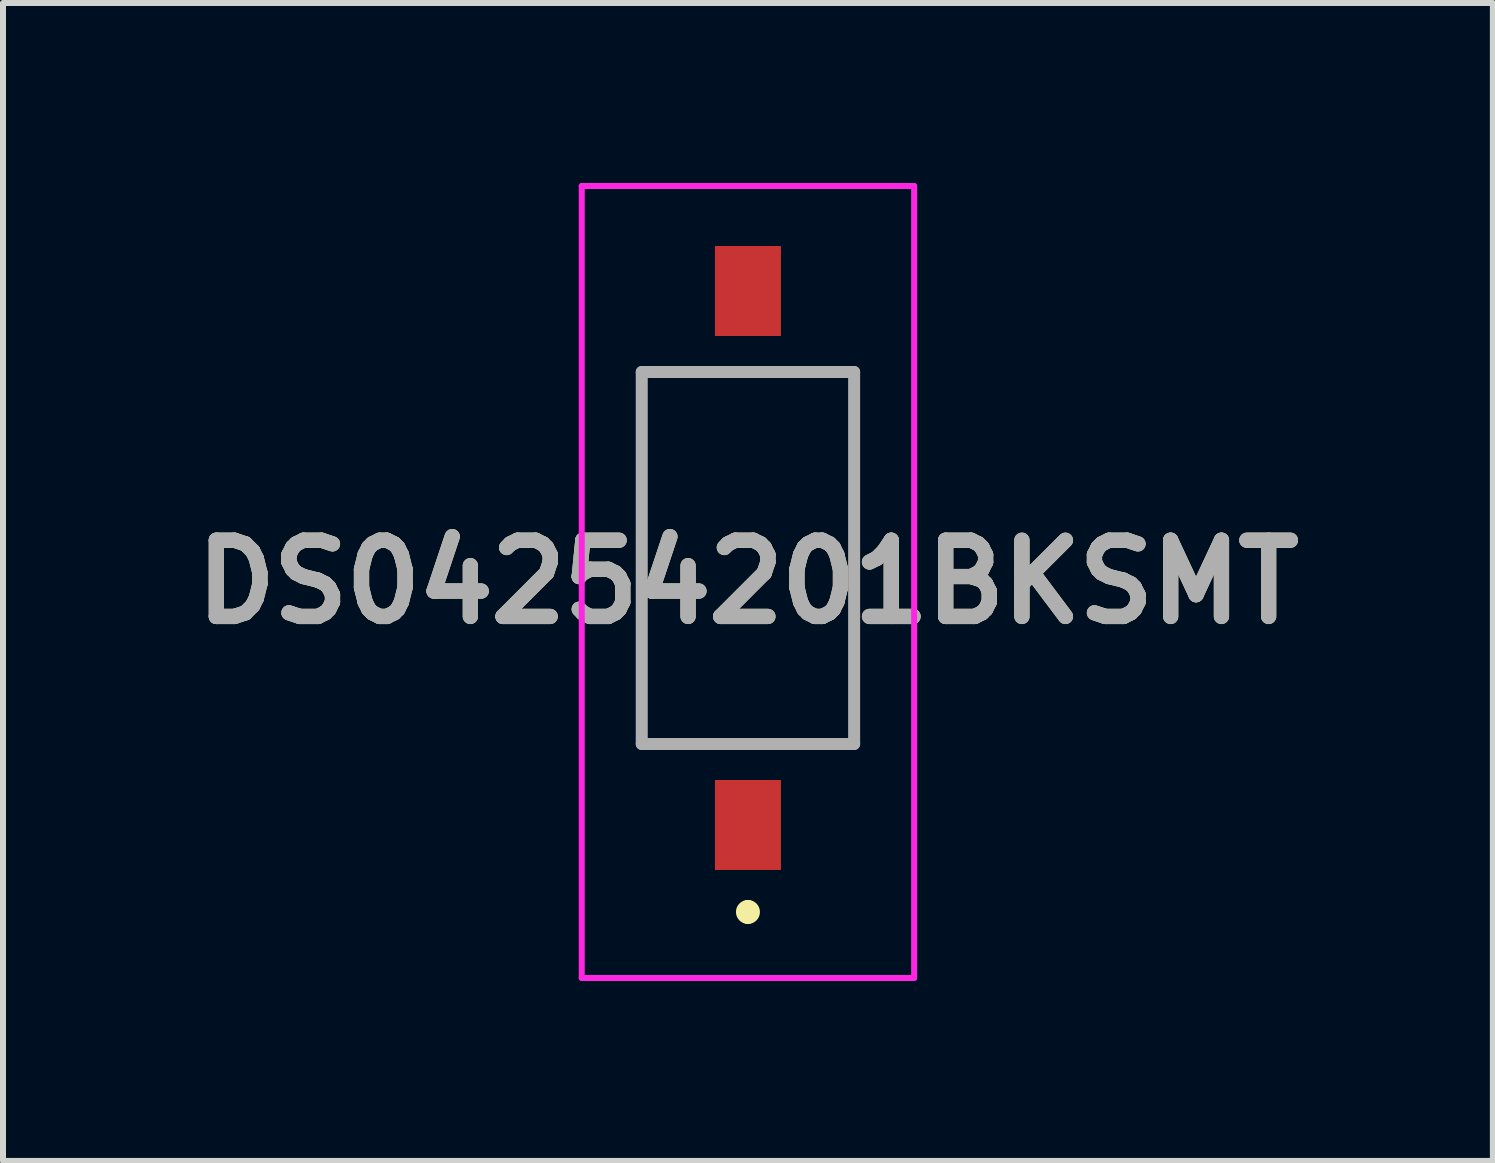
<source format=kicad_pcb>
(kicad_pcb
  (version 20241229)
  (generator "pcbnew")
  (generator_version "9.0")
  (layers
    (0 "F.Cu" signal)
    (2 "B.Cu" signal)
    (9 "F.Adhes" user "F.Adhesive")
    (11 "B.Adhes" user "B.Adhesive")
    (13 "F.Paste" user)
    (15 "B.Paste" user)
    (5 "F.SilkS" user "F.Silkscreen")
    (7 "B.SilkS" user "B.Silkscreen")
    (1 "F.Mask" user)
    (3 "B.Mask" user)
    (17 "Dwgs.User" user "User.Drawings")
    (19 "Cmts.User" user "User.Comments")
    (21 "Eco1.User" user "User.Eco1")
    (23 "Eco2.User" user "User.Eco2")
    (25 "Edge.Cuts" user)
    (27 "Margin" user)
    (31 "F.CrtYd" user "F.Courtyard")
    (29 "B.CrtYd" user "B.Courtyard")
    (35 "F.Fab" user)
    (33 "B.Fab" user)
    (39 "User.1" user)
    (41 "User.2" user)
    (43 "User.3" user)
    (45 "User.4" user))
  (footprint "DS04254201BKSMT"
    (layer "F.Cu")
    (at 9.416 6.25)
    (property "Reference" "DS04254201BKSMT" (at 0 0.4 0) (layer "F.SilkS") (effects (font (size 1.27 1.27) (thickness 0.254))))
    (attr smd)
    (fp_line (start -1.77 -3.1) (end 1.77 -3.1) (stroke (width 0.1) (type solid)) (layer "F.SilkS"))
    (fp_line (start -1.77 3.1) (end -1.77 -3.1) (stroke (width 0.1) (type solid)) (layer "F.SilkS"))
    (fp_line (start 0 5.8) (end 0 5.8) (stroke (width 0.2) (type solid)) (layer "F.SilkS"))
    (fp_line (start 0 6) (end 0 6) (stroke (width 0.2) (type solid)) (layer "F.SilkS"))
    (fp_line (start 1.77 -3.1) (end 1.77 3.1) (stroke (width 0.1) (type solid)) (layer "F.SilkS"))
    (fp_line (start 1.77 3.1) (end -1.77 3.1) (stroke (width 0.1) (type solid)) (layer "F.SilkS"))
    (fp_arc (start 0 5.8) (mid 0.1 5.9) (end 0 6) (stroke (width 0.2) (type solid)) (layer "F.SilkS"))
    (fp_arc (start 0 6) (mid -0.1 5.9) (end 0 5.8) (stroke (width 0.2) (type solid)) (layer "F.SilkS"))
    (fp_line (start -2.77 -6.2) (end 2.77 -6.2) (stroke (width 0.1) (type solid)) (layer "F.CrtYd"))
    (fp_line (start -2.77 7) (end -2.77 -6.2) (stroke (width 0.1) (type solid)) (layer "F.CrtYd"))
    (fp_line (start 2.77 -6.2) (end 2.77 7) (stroke (width 0.1) (type solid)) (layer "F.CrtYd"))
    (fp_line (start 2.77 7) (end -2.77 7) (stroke (width 0.1) (type solid)) (layer "F.CrtYd"))
    (fp_line (start -1.77 -3.1) (end 1.77 -3.1) (stroke (width 0.2) (type solid)) (layer "F.Fab"))
    (fp_line (start -1.77 3.1) (end -1.77 -3.1) (stroke (width 0.2) (type solid)) (layer "F.Fab"))
    (fp_line (start 1.77 -3.1) (end 1.77 3.1) (stroke (width 0.2) (type solid)) (layer "F.Fab"))
    (fp_line (start 1.77 3.1) (end -1.77 3.1) (stroke (width 0.2) (type solid)) (layer "F.Fab"))
    (fp_text user "${REFERENCE}" (at 0 0.4 0) (layer "F.Fab") (effects (font (size 1.27 1.27) (thickness 0.254))))
    (pad "1" smd rect (at 0 4.45) (size 1.1 1.5) (layers "F.Cu" "F.Mask" "F.Paste"))
    (pad "2" smd rect (at 0 -4.45) (size 1.1 1.5) (layers "F.Cu" "F.Mask" "F.Paste")))
  (gr_rect
    (start -3 -3)
    (end 21.832 16.3)
    (stroke (width 0.1) (type default))
    (fill no)
    (layer "Edge.Cuts")))
</source>
